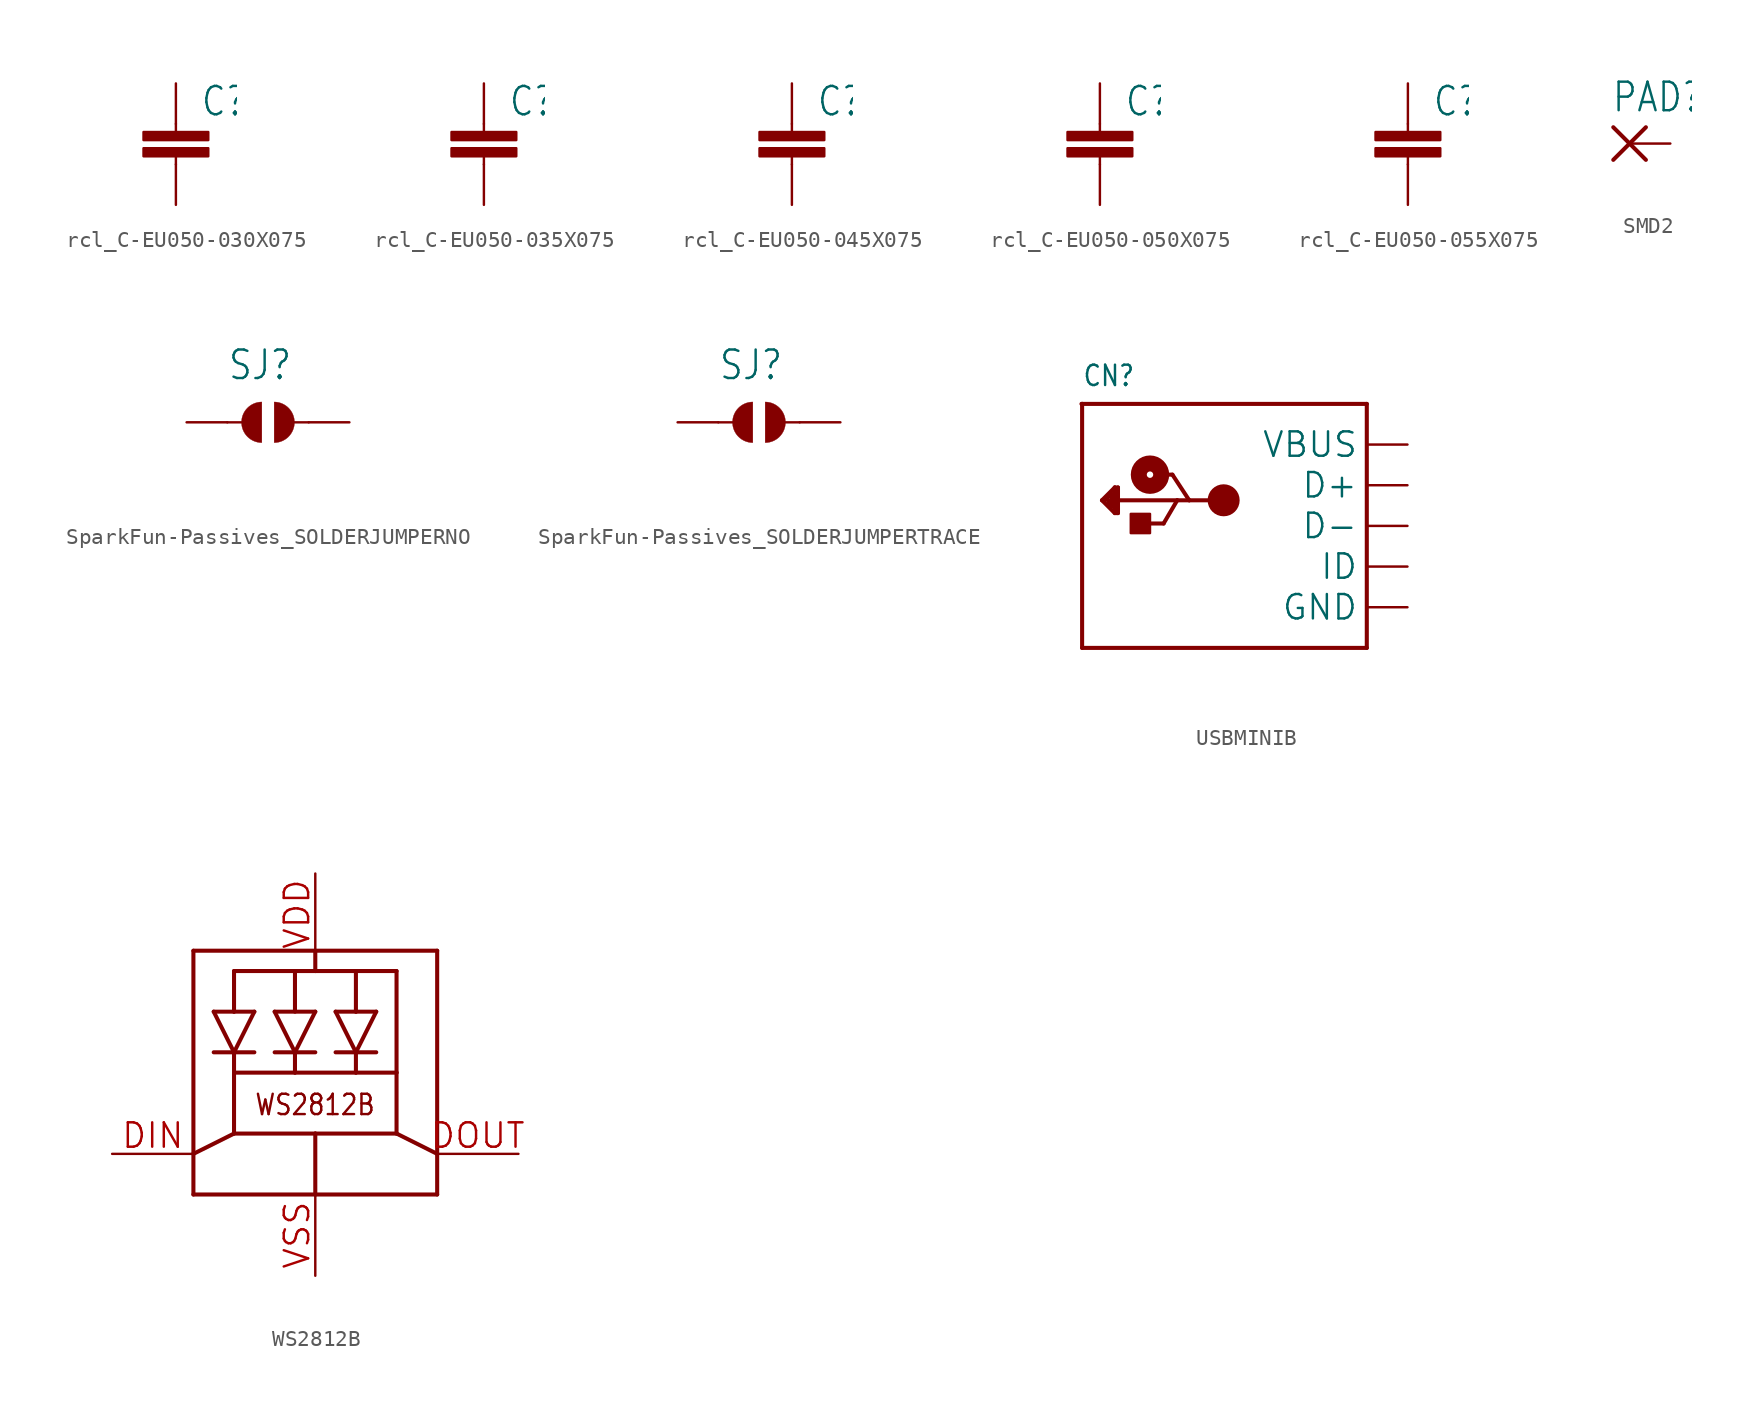
<source format=kicad_sym>
(kicad_symbol_lib
  (version 20241209)
  (generator "kicad_symbol_editor")
  (generator_version "9.0")
  (symbol "rcl_C-EU050-030X075"
    (property "Reference" "C"
      (at 1.524 0.381 0)
      (effects (font (size 1.778 1.511)) (justify left bottom)))
    (property "Value" ""
      (at 1.524 -4.699 0)
      (effects (font (size 1.778 1.511)) (justify left bottom)))
    (property "ki_locked" ""
      (at 0 0 0)
      (effects (font (size 1.27 1.27))))
    (symbol "rcl_C-EU050-030X075_1_0"
      (rectangle (start -2.032 -1.016) (end 2.032 -0.508) (stroke (width 0) (type default)) (fill (type outline)))
      (rectangle (start -2.032 -2.032) (end 2.032 -1.524) (stroke (width 0) (type default)) (fill (type outline)))
      (polyline (pts (xy 0 0) (xy 0 -0.508)) (stroke (width 0.152) (type solid)) (fill (type none)))
      (polyline (pts (xy 0 -2.54) (xy 0 -2.032)) (stroke (width 0.152) (type solid)) (fill (type none)))
      (pin passive line (at 0 2.54 270) (length 2.54) (name "1" (effects (font (size 0 0)))) (number "1" (effects (font (size 0 0)))))
      (pin passive line (at 0 -5.08 90) (length 2.54) (name "2" (effects (font (size 0 0)))) (number "2" (effects (font (size 0 0)))))))
  (symbol "rcl_C-EU050-035X075"
    (property "Reference" "C"
      (at 1.524 0.381 0)
      (effects (font (size 1.778 1.511)) (justify left bottom)))
    (property "Value" ""
      (at 1.524 -4.699 0)
      (effects (font (size 1.778 1.511)) (justify left bottom)))
    (property "ki_locked" ""
      (at 0 0 0)
      (effects (font (size 1.27 1.27))))
    (symbol "rcl_C-EU050-035X075_1_0"
      (rectangle (start -2.032 -1.016) (end 2.032 -0.508) (stroke (width 0) (type default)) (fill (type outline)))
      (rectangle (start -2.032 -2.032) (end 2.032 -1.524) (stroke (width 0) (type default)) (fill (type outline)))
      (polyline (pts (xy 0 0) (xy 0 -0.508)) (stroke (width 0.152) (type solid)) (fill (type none)))
      (polyline (pts (xy 0 -2.54) (xy 0 -2.032)) (stroke (width 0.152) (type solid)) (fill (type none)))
      (pin passive line (at 0 2.54 270) (length 2.54) (name "1" (effects (font (size 0 0)))) (number "1" (effects (font (size 0 0)))))
      (pin passive line (at 0 -5.08 90) (length 2.54) (name "2" (effects (font (size 0 0)))) (number "2" (effects (font (size 0 0)))))))
  (symbol "rcl_C-EU050-045X075"
    (property "Reference" "C"
      (at 1.524 0.381 0)
      (effects (font (size 1.778 1.511)) (justify left bottom)))
    (property "Value" ""
      (at 1.524 -4.699 0)
      (effects (font (size 1.778 1.511)) (justify left bottom)))
    (property "ki_locked" ""
      (at 0 0 0)
      (effects (font (size 1.27 1.27))))
    (symbol "rcl_C-EU050-045X075_1_0"
      (rectangle (start -2.032 -1.016) (end 2.032 -0.508) (stroke (width 0) (type default)) (fill (type outline)))
      (rectangle (start -2.032 -2.032) (end 2.032 -1.524) (stroke (width 0) (type default)) (fill (type outline)))
      (polyline (pts (xy 0 0) (xy 0 -0.508)) (stroke (width 0.152) (type solid)) (fill (type none)))
      (polyline (pts (xy 0 -2.54) (xy 0 -2.032)) (stroke (width 0.152) (type solid)) (fill (type none)))
      (pin passive line (at 0 2.54 270) (length 2.54) (name "1" (effects (font (size 0 0)))) (number "1" (effects (font (size 0 0)))))
      (pin passive line (at 0 -5.08 90) (length 2.54) (name "2" (effects (font (size 0 0)))) (number "2" (effects (font (size 0 0)))))))
  (symbol "rcl_C-EU050-050X075"
    (property "Reference" "C"
      (at 1.524 0.381 0)
      (effects (font (size 1.778 1.511)) (justify left bottom)))
    (property "Value" ""
      (at 1.524 -4.699 0)
      (effects (font (size 1.778 1.511)) (justify left bottom)))
    (property "ki_locked" ""
      (at 0 0 0)
      (effects (font (size 1.27 1.27))))
    (symbol "rcl_C-EU050-050X075_1_0"
      (rectangle (start -2.032 -1.016) (end 2.032 -0.508) (stroke (width 0) (type default)) (fill (type outline)))
      (rectangle (start -2.032 -2.032) (end 2.032 -1.524) (stroke (width 0) (type default)) (fill (type outline)))
      (polyline (pts (xy 0 0) (xy 0 -0.508)) (stroke (width 0.152) (type solid)) (fill (type none)))
      (polyline (pts (xy 0 -2.54) (xy 0 -2.032)) (stroke (width 0.152) (type solid)) (fill (type none)))
      (pin passive line (at 0 2.54 270) (length 2.54) (name "1" (effects (font (size 0 0)))) (number "1" (effects (font (size 0 0)))))
      (pin passive line (at 0 -5.08 90) (length 2.54) (name "2" (effects (font (size 0 0)))) (number "2" (effects (font (size 0 0)))))))
  (symbol "rcl_C-EU050-055X075"
    (property "Reference" "C"
      (at 1.524 0.381 0)
      (effects (font (size 1.778 1.511)) (justify left bottom)))
    (property "Value" ""
      (at 1.524 -4.699 0)
      (effects (font (size 1.778 1.511)) (justify left bottom)))
    (property "ki_locked" ""
      (at 0 0 0)
      (effects (font (size 1.27 1.27))))
    (symbol "rcl_C-EU050-055X075_1_0"
      (rectangle (start -2.032 -1.016) (end 2.032 -0.508) (stroke (width 0) (type default)) (fill (type outline)))
      (rectangle (start -2.032 -2.032) (end 2.032 -1.524) (stroke (width 0) (type default)) (fill (type outline)))
      (polyline (pts (xy 0 0) (xy 0 -0.508)) (stroke (width 0.152) (type solid)) (fill (type none)))
      (polyline (pts (xy 0 -2.54) (xy 0 -2.032)) (stroke (width 0.152) (type solid)) (fill (type none)))
      (pin passive line (at 0 2.54 270) (length 2.54) (name "1" (effects (font (size 0 0)))) (number "1" (effects (font (size 0 0)))))
      (pin passive line (at 0 -5.08 90) (length 2.54) (name "2" (effects (font (size 0 0)))) (number "2" (effects (font (size 0 0)))))))
  (symbol "SMD2"
    (property "Reference" "PAD"
      (at -1.143 1.854 0)
      (effects (font (size 1.778 1.511)) (justify left bottom)))
    (property "Value" ""
      (at -1.143 -3.302 0)
      (effects (font (size 1.778 1.511)) (justify left bottom)))
    (property "ki_locked" ""
      (at 0 0 0)
      (effects (font (size 1.27 1.27))))
    (symbol "SMD2_1_0"
      (polyline (pts (xy -1.016 1.016) (xy 1.016 -1.016)) (stroke (width 0.254) (type solid)) (fill (type none)))
      (polyline (pts (xy -1.016 -1.016) (xy 1.016 1.016)) (stroke (width 0.254) (type solid)) (fill (type none)))
      (pin passive line (at 2.54 0 180) (length 2.54) (name "P" (effects (font (size 0 0)))) (number "1" (effects (font (size 0 0)))))))
  (symbol "SparkFun-Passives_SOLDERJUMPERNO"
    (property "Reference" "SJ"
      (at -2.54 2.54 0)
      (effects (font (size 1.778 1.511)) (justify left bottom)))
    (property "Value" ""
      (at -2.54 -5.08 0)
      (effects (font (size 1.778 1.511)) (justify left bottom)))
    (property "ki_locked" ""
      (at 0 0 0)
      (effects (font (size 1.27 1.27))))
    (symbol "SparkFun-Passives_SOLDERJUMPERNO_1_0"
      (polyline (pts (xy -2.54 0) (xy -1.651 0)) (stroke (width 0.152) (type solid)) (fill (type none)))
      (arc (start -0.381 -1.27) (mid -1.651 0) (end -0.381 1.27) (stroke (width 0.0001) (type solid)) (fill (type outline)))
      (arc (start 0.381 1.27) (mid 1.651 0) (end 0.381 -1.27) (stroke (width 0.0001) (type solid)) (fill (type outline)))
      (polyline (pts (xy 2.54 0) (xy 1.651 0)) (stroke (width 0.152) (type solid)) (fill (type none)))
      (pin passive line (at -5.08 0 0) (length 2.54) (name "1" (effects (font (size 0 0)))) (number "1" (effects (font (size 0 0)))))
      (pin passive line (at 5.08 0 180) (length 2.54) (name "2" (effects (font (size 0 0)))) (number "2" (effects (font (size 0 0)))))))
  (symbol "SparkFun-Passives_SOLDERJUMPERTRACE"
    (property "Reference" "SJ"
      (at -2.54 2.54 0)
      (effects (font (size 1.778 1.511)) (justify left bottom)))
    (property "Value" ""
      (at -2.54 -5.08 0)
      (effects (font (size 1.778 1.511)) (justify left bottom)))
    (property "ki_locked" ""
      (at 0 0 0)
      (effects (font (size 1.27 1.27))))
    (symbol "SparkFun-Passives_SOLDERJUMPERTRACE_1_0"
      (polyline (pts (xy -2.54 0) (xy -1.651 0)) (stroke (width 0.152) (type solid)) (fill (type none)))
      (arc (start -0.381 -1.27) (mid -1.651 0) (end -0.381 1.27) (stroke (width 0.0001) (type solid)) (fill (type outline)))
      (arc (start 0.381 1.27) (mid 1.651 0) (end 0.381 -1.27) (stroke (width 0.0001) (type solid)) (fill (type outline)))
      (polyline (pts (xy 2.54 0) (xy 1.651 0)) (stroke (width 0.152) (type solid)) (fill (type none)))
      (pin passive line (at -5.08 0 0) (length 2.54) (name "1" (effects (font (size 0 0)))) (number "1" (effects (font (size 0 0)))))
      (pin passive line (at 5.08 0 180) (length 2.54) (name "2" (effects (font (size 0 0)))) (number "2" (effects (font (size 0 0)))))))
  (symbol "USBMINIB"
    (property "Reference" "CN"
      (at -10.16 8.636 0)
      (effects (font (size 1.27 1.079)) (justify left bottom)))
    (property "Value" ""
      (at -10.16 -10.16 0)
      (effects (font (size 1.27 1.079)) (justify left bottom)))
    (property "ki_locked" ""
      (at 0 0 0)
      (effects (font (size 1.27 1.27))))
    (symbol "USBMINIB_1_0"
      (polyline (pts (xy -10.2 7.62) (xy -10.16 7.62)) (stroke (width 0.254) (type solid)) (fill (type none)))
      (polyline (pts (xy -10.16 7.62) (xy -10.16 -7.62)) (stroke (width 0.254) (type solid)) (fill (type none)))
      (polyline (pts (xy -10.16 7.62) (xy 7.62 7.62)) (stroke (width 0.254) (type solid)) (fill (type none)))
      (polyline (pts (xy -10.16 -7.62) (xy 7.62 -7.62)) (stroke (width 0.254) (type solid)) (fill (type none)))
      (polyline (pts (xy -8.92 1.6) (xy -8.12 2.4)) (stroke (width 0.254) (type solid)) (fill (type none)))
      (polyline (pts (xy -8.52 1.6) (xy -8.52 1.4)) (stroke (width 0.254) (type solid)) (fill (type none)))
      (polyline (pts (xy -8.52 1.4) (xy -8.32 1.2)) (stroke (width 0.254) (type solid)) (fill (type none)))
      (polyline (pts (xy -8.32 2) (xy -8.72 1.6)) (stroke (width 0.254) (type solid)) (fill (type none)))
      (polyline (pts (xy -8.32 1.2) (xy -8.32 2)) (stroke (width 0.254) (type solid)) (fill (type none)))
      (polyline (pts (xy -8.12 2.4) (xy -7.92 2.4)) (stroke (width 0.254) (type solid)) (fill (type none)))
      (polyline (pts (xy -8.12 1) (xy -8.12 2.4)) (stroke (width 0.254) (type solid)) (fill (type none)))
      (polyline (pts (xy -8.12 0.8) (xy -8.92 1.6)) (stroke (width 0.254) (type solid)) (fill (type none)))
      (polyline (pts (xy -7.92 2.4) (xy -7.92 1.6)) (stroke (width 0.254) (type solid)) (fill (type none)))
      (polyline (pts (xy -7.92 1.6) (xy -7.92 0.8)) (stroke (width 0.254) (type solid)) (fill (type none)))
      (polyline (pts (xy -7.92 0.8) (xy -8.12 0.8)) (stroke (width 0.254) (type solid)) (fill (type none)))
      (rectangle (start -7.12 -0.45) (end -5.92 0.75) (stroke (width 0) (type default)) (fill (type outline)))
      (polyline (pts (xy -6.27 0.15) (xy -5.07 0.15)) (stroke (width 0.254) (type solid)) (fill (type none)))
      (circle (center -5.92 3.2) (radius 0.2) (stroke (width 1) (type solid)) (fill (type none)))
      (polyline (pts (xy -5.52 3.2) (xy -4.52 3.2)) (stroke (width 0.254) (type solid)) (fill (type none)))
      (polyline (pts (xy -5.07 0.15) (xy -4.22 1.6)) (stroke (width 0.254) (type solid)) (fill (type none)))
      (polyline (pts (xy -4.52 3.2) (xy -3.47 1.6)) (stroke (width 0.254) (type solid)) (fill (type none)))
      (polyline (pts (xy -4.22 1.6) (xy -7.92 1.6)) (stroke (width 0.254) (type solid)) (fill (type none)))
      (polyline (pts (xy -3.47 1.6) (xy -4.22 1.6)) (stroke (width 0.254) (type solid)) (fill (type none)))
      (circle (center -1.32 1.6) (radius 0.5) (stroke (width 1) (type solid)) (fill (type none)))
      (polyline (pts (xy -1.32 1.6) (xy -3.47 1.6)) (stroke (width 0.254) (type solid)) (fill (type none)))
      (polyline (pts (xy 7.62 7.62) (xy 7.62 -7.62)) (stroke (width 0.254) (type solid)) (fill (type none)))
      (pin power_in line (at 10.16 5.08 180) (length 2.54) (name "VBUS" (effects (font (size 1.524 1.524)))) (number "VBUS" (effects (font (size 0 0)))))
      (pin bidirectional line (at 10.16 2.54 180) (length 2.54) (name "D+" (effects (font (size 1.524 1.524)))) (number "D+" (effects (font (size 0 0)))))
      (pin bidirectional line (at 10.16 0 180) (length 2.54) (name "D-" (effects (font (size 1.524 1.524)))) (number "D-" (effects (font (size 0 0)))))
      (pin bidirectional line (at 10.16 -2.54 180) (length 2.54) (name "ID" (effects (font (size 1.524 1.524)))) (number "ID" (effects (font (size 0 0)))))
      (pin power_in line (at 10.16 -5.08 180) (length 2.54) (name "GND" (effects (font (size 1.524 1.524)))) (number "GND" (effects (font (size 0 0)))))))
  (symbol "WS2812B"
    (property "Reference" "LED"
      (at 0 0 0)
      (effects (font (size 1.27 1.27)) (hide yes)))
    (property "ki_locked" ""
      (at 0 0 0)
      (effects (font (size 1.27 1.27))))
    (symbol "WS2812B_1_0"
      (polyline (pts (xy -7.62 10.16) (xy -7.62 -2.54)) (stroke (width 0.254) (type solid)) (fill (type none)))
      (polyline (pts (xy -7.62 -2.54) (xy -7.62 -5.08)) (stroke (width 0.254) (type solid)) (fill (type none)))
      (polyline (pts (xy -7.62 -5.08) (xy 0 -5.08)) (stroke (width 0.254) (type solid)) (fill (type none)))
      (polyline (pts (xy -6.35 6.35) (xy -5.08 6.35)) (stroke (width 0.254) (type solid)) (fill (type none)))
      (polyline (pts (xy -6.35 3.81) (xy -5.08 3.81)) (stroke (width 0.254) (type solid)) (fill (type none)))
      (polyline (pts (xy -5.08 8.89) (xy -5.08 6.35)) (stroke (width 0.254) (type solid)) (fill (type none)))
      (polyline (pts (xy -5.08 6.35) (xy -3.81 6.35)) (stroke (width 0.254) (type solid)) (fill (type none)))
      (polyline (pts (xy -5.08 3.81) (xy -6.35 6.35)) (stroke (width 0.254) (type solid)) (fill (type none)))
      (polyline (pts (xy -5.08 3.81) (xy -5.08 2.54)) (stroke (width 0.254) (type solid)) (fill (type none)))
      (polyline (pts (xy -5.08 3.81) (xy -3.81 6.35)) (stroke (width 0.254) (type solid)) (fill (type none)))
      (polyline (pts (xy -5.08 2.54) (xy -5.08 -1.27)) (stroke (width 0.254) (type solid)) (fill (type none)))
      (polyline (pts (xy -5.08 -1.27) (xy -7.62 -2.54)) (stroke (width 0.254) (type solid)) (fill (type none)))
      (polyline (pts (xy -5.08 -1.27) (xy 0 -1.27)) (stroke (width 0.254) (type solid)) (fill (type none)))
      (polyline (pts (xy -3.81 3.81) (xy -5.08 3.81)) (stroke (width 0.254) (type solid)) (fill (type none)))
      (polyline (pts (xy -2.54 6.35) (xy 0 6.35)) (stroke (width 0.254) (type solid)) (fill (type none)))
      (polyline (pts (xy -2.54 3.81) (xy -1.27 3.81)) (stroke (width 0.254) (type solid)) (fill (type none)))
      (polyline (pts (xy -1.27 6.35) (xy -1.27 8.89)) (stroke (width 0.254) (type solid)) (fill (type none)))
      (polyline (pts (xy -1.27 3.81) (xy -2.54 6.35)) (stroke (width 0.254) (type solid)) (fill (type none)))
      (polyline (pts (xy -1.27 3.81) (xy -1.27 2.54)) (stroke (width 0.254) (type solid)) (fill (type none)))
      (polyline (pts (xy -1.27 3.81) (xy 0 3.81)) (stroke (width 0.254) (type solid)) (fill (type none)))
      (polyline (pts (xy -1.27 2.54) (xy -5.08 2.54)) (stroke (width 0.254) (type solid)) (fill (type none)))
      (polyline (pts (xy 0 10.16) (xy -7.62 10.16)) (stroke (width 0.254) (type solid)) (fill (type none)))
      (polyline (pts (xy 0 10.16) (xy 0 8.89)) (stroke (width 0.254) (type solid)) (fill (type none)))
      (polyline (pts (xy 0 8.89) (xy -5.08 8.89)) (stroke (width 0.254) (type solid)) (fill (type none)))
      (polyline (pts (xy 0 6.35) (xy -1.27 3.81)) (stroke (width 0.254) (type solid)) (fill (type none)))
      (polyline (pts (xy 0 -1.27) (xy 0 -5.08)) (stroke (width 0.254) (type solid)) (fill (type none)))
      (polyline (pts (xy 0 -1.27) (xy 5.08 -1.27)) (stroke (width 0.254) (type solid)) (fill (type none)))
      (polyline (pts (xy 0 -5.08) (xy 7.62 -5.08)) (stroke (width 0.254) (type solid)) (fill (type none)))
      (polyline (pts (xy 1.27 6.35) (xy 2.54 6.35)) (stroke (width 0.254) (type solid)) (fill (type none)))
      (polyline (pts (xy 1.27 6.35) (xy 2.54 3.81)) (stroke (width 0.254) (type solid)) (fill (type none)))
      (polyline (pts (xy 2.54 8.89) (xy 0 8.89)) (stroke (width 0.254) (type solid)) (fill (type none)))
      (polyline (pts (xy 2.54 8.89) (xy 5.08 8.89)) (stroke (width 0.254) (type solid)) (fill (type none)))
      (polyline (pts (xy 2.54 6.35) (xy 2.54 8.89)) (stroke (width 0.254) (type solid)) (fill (type none)))
      (polyline (pts (xy 2.54 3.81) (xy 1.27 3.81)) (stroke (width 0.254) (type solid)) (fill (type none)))
      (polyline (pts (xy 2.54 3.81) (xy 2.54 2.54)) (stroke (width 0.254) (type solid)) (fill (type none)))
      (polyline (pts (xy 2.54 3.81) (xy 3.81 6.35)) (stroke (width 0.254) (type solid)) (fill (type none)))
      (polyline (pts (xy 2.54 3.81) (xy 3.81 3.81)) (stroke (width 0.254) (type solid)) (fill (type none)))
      (polyline (pts (xy 2.54 2.54) (xy -1.27 2.54)) (stroke (width 0.254) (type solid)) (fill (type none)))
      (polyline (pts (xy 3.81 6.35) (xy 2.54 6.35)) (stroke (width 0.254) (type solid)) (fill (type none)))
      (polyline (pts (xy 5.08 8.89) (xy 5.08 2.54)) (stroke (width 0.254) (type solid)) (fill (type none)))
      (polyline (pts (xy 5.08 2.54) (xy 2.54 2.54)) (stroke (width 0.254) (type solid)) (fill (type none)))
      (polyline (pts (xy 5.08 -1.27) (xy 5.08 2.54)) (stroke (width 0.254) (type solid)) (fill (type none)))
      (polyline (pts (xy 5.08 -1.27) (xy 7.62 -2.54)) (stroke (width 0.254) (type solid)) (fill (type none)))
      (polyline (pts (xy 7.62 10.16) (xy 0 10.16)) (stroke (width 0.254) (type solid)) (fill (type none)))
      (polyline (pts (xy 7.62 -2.54) (xy 7.62 10.16)) (stroke (width 0.254) (type solid)) (fill (type none)))
      (polyline (pts (xy 7.62 -5.08) (xy 7.62 -2.54)) (stroke (width 0.254) (type solid)) (fill (type none)))
      (text "WS2812B" (at 3.81 1.27 0) (effects (font (size 1.27 1.079)) (justify right top)))
      (pin input line (at -12.7 -2.54 0) (length 5.08) (name "DI" (effects (font (size 0 0)))) (number "DIN" (effects (font (size 1.524 1.524)))))
      (pin power_in line (at 0 14.986 270) (length 5.08) (name "VDD" (effects (font (size 0 0)))) (number "VDD" (effects (font (size 1.524 1.524)))))
      (pin power_in line (at 0 -10.16 90) (length 5.08) (name "GND" (effects (font (size 0 0)))) (number "VSS" (effects (font (size 1.524 1.524)))))
      (pin output line (at 12.7 -2.54 180) (length 5.08) (name "DO" (effects (font (size 0 0)))) (number "DOUT" (effects (font (size 1.524 1.524))))))))
</source>
